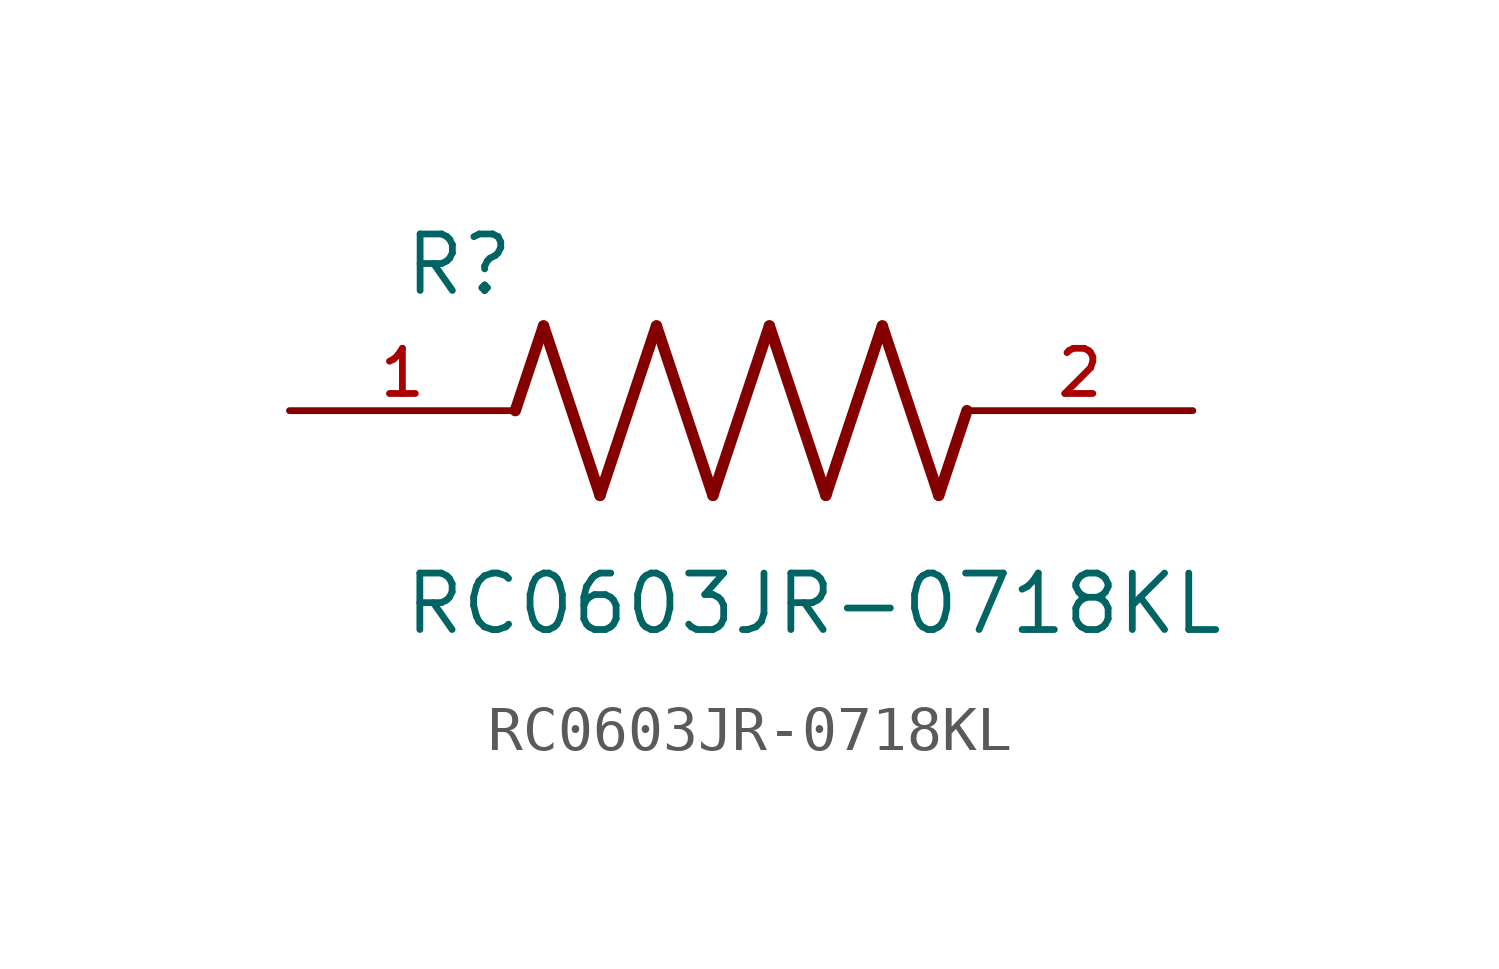
<source format=kicad_sym>
(kicad_symbol_lib
  (version 20211014)
  (generator kicad_symbol_editor)
  (symbol "RC0603JR-0718KL"
    (pin_names
      (offset 1.016))
    (property "Reference" "R"
      (at -7.624 2.541 0)
      (effects (font (size 1.27 1.27)) (justify bottom left)))
    (property "Value" "RC0603JR-0718KL"
      (at -7.63 -5.087 0)
      (effects (font (size 1.27 1.27)) (justify bottom left)))
    (symbol "RC0603JR-0718KL_0_0"
      (polyline (pts (xy -5.08 0.0) (xy -4.445 1.905)) (stroke (width 0.254)))
      (polyline (pts (xy -4.445 1.905) (xy -3.175 -1.905)) (stroke (width 0.254)))
      (polyline (pts (xy -3.175 -1.905) (xy -1.905 1.905)) (stroke (width 0.254)))
      (polyline (pts (xy -1.905 1.905) (xy -0.635 -1.905)) (stroke (width 0.254)))
      (polyline (pts (xy -0.635 -1.905) (xy 0.635 1.905)) (stroke (width 0.254)))
      (polyline (pts (xy 0.635 1.905) (xy 1.905 -1.905)) (stroke (width 0.254)))
      (polyline (pts (xy 1.905 -1.905) (xy 3.175 1.905)) (stroke (width 0.254)))
      (polyline (pts (xy 3.175 1.905) (xy 4.445 -1.905)) (stroke (width 0.254)))
      (polyline (pts (xy 4.445 -1.905) (xy 5.08 0.0)) (stroke (width 0.254)))
      (pin passive line (at -10.16 0.0 0) (length 5.08) (name "~" (effects (font (size 1.016 1.016)))) (number "1" (effects (font (size 1.016 1.016)))))
      (pin passive line (at 10.16 0.0 180.0) (length 5.08) (name "~" (effects (font (size 1.016 1.016)))) (number "2" (effects (font (size 1.016 1.016))))))))
</source>
